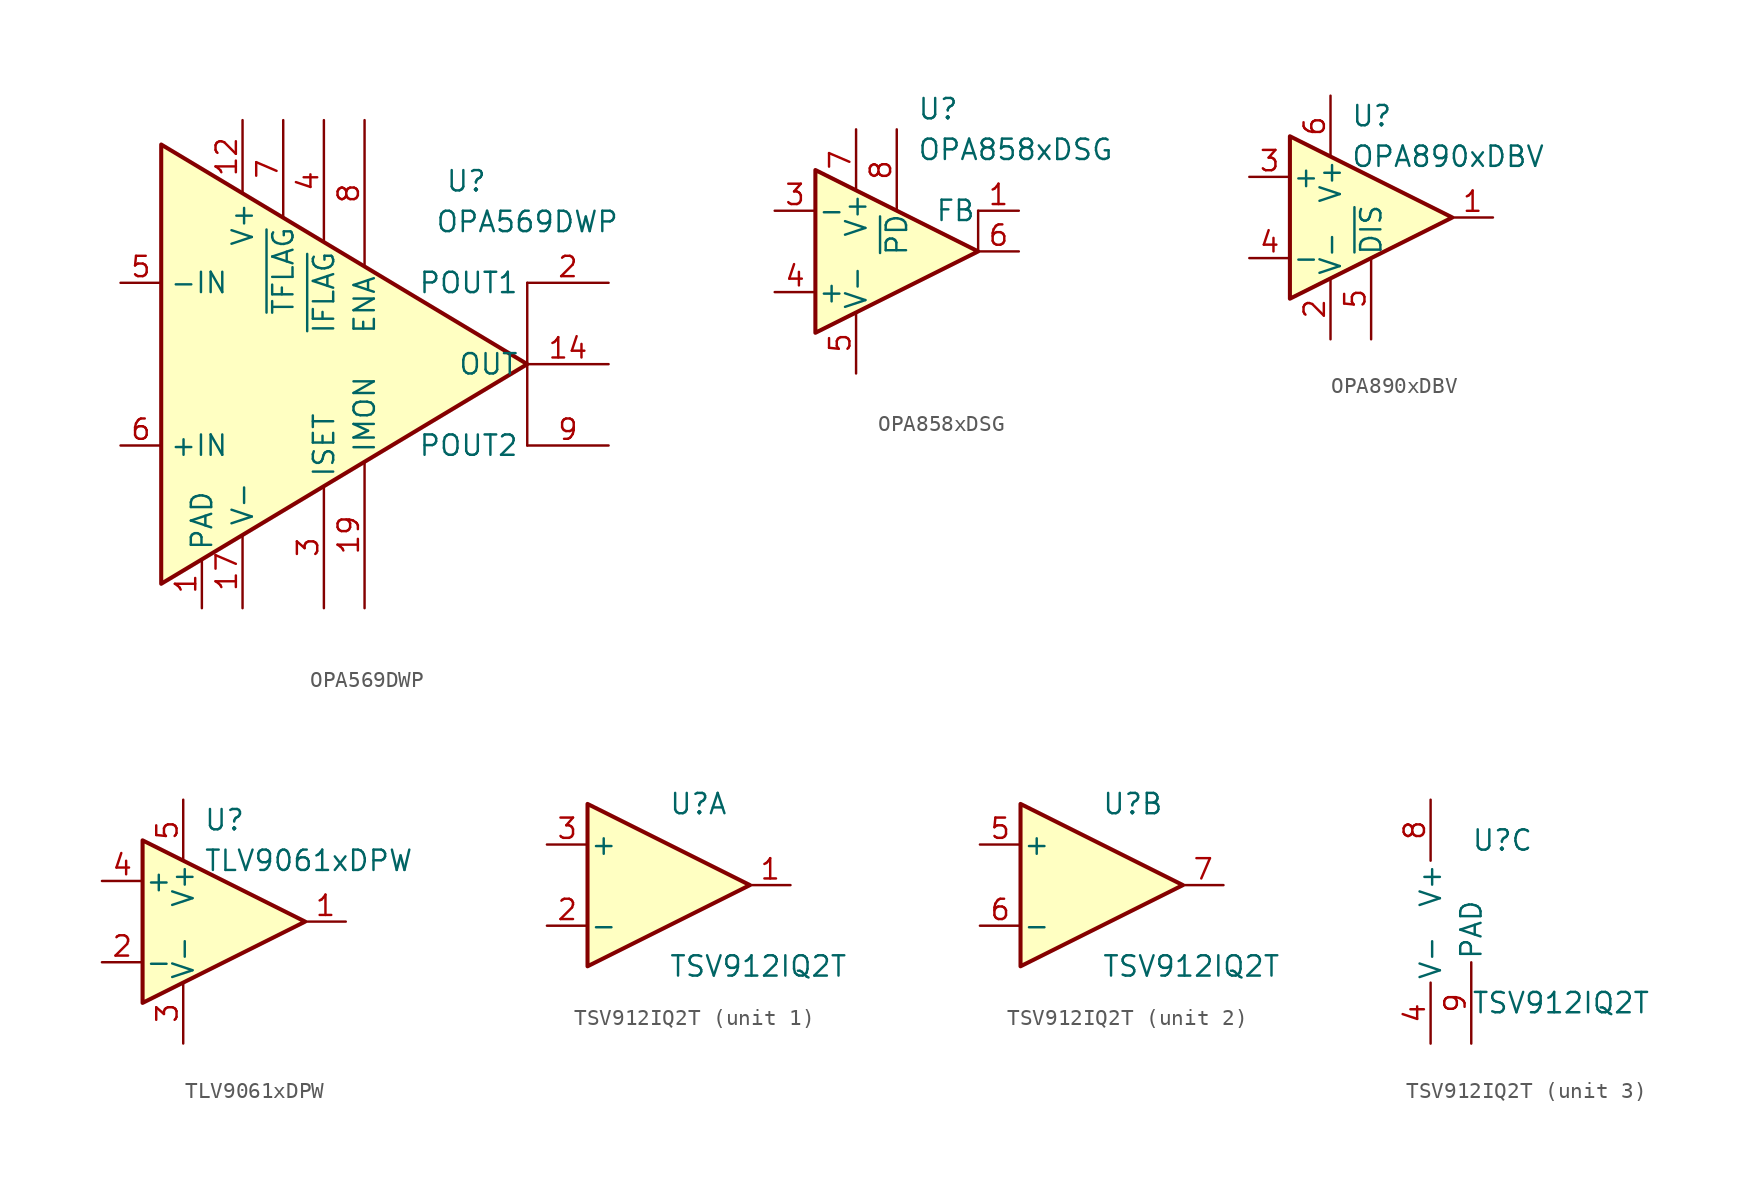
<source format=kicad_sym>
(kicad_symbol_lib
  (version 20241209)
  (generator "kicad_symbol_editor")
  (generator_version "9.0")
  (symbol "OPA569DWP"
    (property "Reference" "U"
      (at 6.35 11.43 0)
      (effects (font (size 1.27 1.27))))
    (property "Value" "OPA569DWP"
      (at 10.16 8.89 0)
      (effects (font (size 1.27 1.27))))
    (symbol "OPA569DWP_0_0"
      (pin no_connect line (at -12.7 0 0) (length 2.54) (hide yes) (name "NC" (effects (font (size 1.27 1.27)))) (number "16" (effects (font (size 1.27 1.27)))))
      (pin passive line (at -10.16 -15.24 90) (length 3.048) (hide yes) (name "PAD" (effects (font (size 1.27 1.27)))) (number "21" (effects (font (size 1.27 1.27))))))
    (symbol "OPA569DWP_0_1"
      (polyline (pts (xy 10.16 5.08) (xy 10.16 -5.08)) (stroke (width 0.152) (type default)) (fill (type none)))
      (polyline (pts (xy 10.16 0) (xy -12.7 -13.716) (xy -12.7 13.716) (xy 10.16 0)) (stroke (width 0.254) (type default)) (fill (type background))))
    (symbol "OPA569DWP_1_1"
      (pin input line (at -15.24 5.08 0) (length 2.54) (name "-IN" (effects (font (size 1.27 1.27)))) (number "5" (effects (font (size 1.27 1.27)))))
      (pin input line (at -15.24 -5.08 0) (length 2.54) (name "+IN" (effects (font (size 1.27 1.27)))) (number "6" (effects (font (size 1.27 1.27)))))
      (pin power_in line (at -10.16 -15.24 90) (length 3.048) (name "PAD" (effects (font (size 1.27 1.27)))) (number "1" (effects (font (size 1.27 1.27)))))
      (pin passive line (at -10.16 -15.24 90) (length 3.048) (hide yes) (name "PAD" (effects (font (size 1.27 1.27)))) (number "10" (effects (font (size 1.27 1.27)))))
      (pin passive line (at -10.16 -15.24 90) (length 3.048) (hide yes) (name "PAD" (effects (font (size 1.27 1.27)))) (number "11" (effects (font (size 1.27 1.27)))))
      (pin passive line (at -10.16 -15.24 90) (length 3.048) (hide yes) (name "PAD" (effects (font (size 1.27 1.27)))) (number "20" (effects (font (size 1.27 1.27)))))
      (pin power_in line (at -7.62 15.24 270) (length 4.572) (name "V+" (effects (font (size 1.27 1.27)))) (number "12" (effects (font (size 1.27 1.27)))))
      (pin passive line (at -7.62 15.24 270) (length 4.572) (hide yes) (name "V+" (effects (font (size 1.27 1.27)))) (number "13" (effects (font (size 1.27 1.27)))))
      (pin power_in line (at -7.62 -15.24 90) (length 4.572) (name "V-" (effects (font (size 1.27 1.27)))) (number "17" (effects (font (size 1.27 1.27)))))
      (pin passive line (at -7.62 -15.24 90) (length 4.572) (hide yes) (name "V-" (effects (font (size 1.27 1.27)))) (number "18" (effects (font (size 1.27 1.27)))))
      (pin output line (at -5.08 15.24 270) (length 6.096) (name "~{TFLAG}" (effects (font (size 1.27 1.27)))) (number "7" (effects (font (size 1.27 1.27)))))
      (pin output line (at -2.54 15.24 270) (length 7.62) (name "~{IFLAG}" (effects (font (size 1.27 1.27)))) (number "4" (effects (font (size 1.27 1.27)))))
      (pin output line (at -2.54 -15.24 90) (length 7.62) (name "ISET" (effects (font (size 1.27 1.27)))) (number "3" (effects (font (size 1.27 1.27)))))
      (pin input line (at 0 15.24 270) (length 9.144) (name "ENA" (effects (font (size 1.27 1.27)))) (number "8" (effects (font (size 1.27 1.27)))))
      (pin output line (at 0 -15.24 90) (length 9.144) (name "IMON" (effects (font (size 1.27 1.27)))) (number "19" (effects (font (size 1.27 1.27)))))
      (pin output line (at 15.24 5.08 180) (length 5.08) (name "POUT1" (effects (font (size 1.27 1.27)))) (number "2" (effects (font (size 1.27 1.27)))))
      (pin output line (at 15.24 0 180) (length 5.08) (name "OUT" (effects (font (size 1.27 1.27)))) (number "14" (effects (font (size 1.27 1.27)))))
      (pin passive line (at 15.24 0 180) (length 5.08) (hide yes) (name "OUT" (effects (font (size 1.27 1.27)))) (number "15" (effects (font (size 1.27 1.27)))))
      (pin output line (at 15.24 -5.08 180) (length 5.08) (name "POUT2" (effects (font (size 1.27 1.27)))) (number "9" (effects (font (size 1.27 1.27)))))))
  (symbol "OPA858xDSG"
    (pin_names
      (offset 0.127))
    (property "Reference" "U"
      (at 1.27 8.89 0)
      (effects (font (size 1.27 1.27)) (justify left)))
    (property "Value" "OPA858xDSG"
      (at 1.27 6.35 0)
      (effects (font (size 1.27 1.27)) (justify left)))
    (symbol "OPA858xDSG_0_0"
      (pin power_in line (at -2.54 7.62 270) (length 3.81) (name "V+" (effects (font (size 1.27 1.27)))) (number "7" (effects (font (size 1.27 1.27)))))
      (pin passive line (at -2.54 -7.62 90) (length 3.81) (hide yes) (name "V-" (effects (font (size 1.27 1.27)))) (number "9" (effects (font (size 1.27 1.27)))))
      (pin input line (at 0 7.62 270) (length 5.08) (name "~{PD}" (effects (font (size 1.27 1.27)))) (number "8" (effects (font (size 1.27 1.27))))))
    (symbol "OPA858xDSG_0_1"
      (polyline (pts (xy -5.08 5.08) (xy 5.08 0) (xy -5.08 -5.08) (xy -5.08 5.08)) (stroke (width 0.254) (type default)) (fill (type background)))
      (polyline (pts (xy 5.08 0) (xy 5.08 2.54)) (stroke (width 0.152) (type default)) (fill (type none)))
      (pin no_connect line (at -5.08 -5.08 90) (length 3.81) (hide yes) (name "NC" (effects (font (size 1.27 1.27)))) (number "2" (effects (font (size 1.27 1.27)))))
      (pin output line (at 7.62 0 180) (length 2.54) (name "~" (effects (font (size 1.27 1.27)))) (number "6" (effects (font (size 1.27 1.27))))))
    (symbol "OPA858xDSG_1_1"
      (pin input line (at -7.62 2.54 0) (length 2.54) (name "-" (effects (font (size 1.27 1.27)))) (number "3" (effects (font (size 1.27 1.27)))))
      (pin input line (at -7.62 -2.54 0) (length 2.54) (name "+" (effects (font (size 1.27 1.27)))) (number "4" (effects (font (size 1.27 1.27)))))
      (pin power_in line (at -2.54 -7.62 90) (length 3.81) (name "V-" (effects (font (size 1.27 1.27)))) (number "5" (effects (font (size 1.27 1.27)))))
      (pin output line (at 7.62 2.54 180) (length 2.54) (name "FB" (effects (font (size 1.27 1.27)))) (number "1" (effects (font (size 1.27 1.27)))))))
  (symbol "OPA890xDBV"
    (pin_names
      (offset 0.127))
    (property "Reference" "U"
      (at -1.27 6.35 0)
      (effects (font (size 1.27 1.27)) (justify left)))
    (property "Value" "OPA890xDBV"
      (at -1.27 3.81 0)
      (effects (font (size 1.27 1.27)) (justify left)))
    (symbol "OPA890xDBV_0_1"
      (polyline (pts (xy -5.08 5.08) (xy 5.08 0) (xy -5.08 -5.08) (xy -5.08 5.08)) (stroke (width 0.254) (type default)) (fill (type background)))
      (pin power_in line (at -2.54 7.62 270) (length 3.81) (name "V+" (effects (font (size 1.27 1.27)))) (number "6" (effects (font (size 1.27 1.27)))))
      (pin power_in line (at -2.54 -7.62 90) (length 3.81) (name "V-" (effects (font (size 1.27 1.27)))) (number "2" (effects (font (size 1.27 1.27))))))
    (symbol "OPA890xDBV_1_1"
      (pin input line (at -7.62 2.54 0) (length 2.54) (name "+" (effects (font (size 1.27 1.27)))) (number "3" (effects (font (size 1.27 1.27)))))
      (pin input line (at -7.62 -2.54 0) (length 2.54) (name "-" (effects (font (size 1.27 1.27)))) (number "4" (effects (font (size 1.27 1.27)))))
      (pin input line (at 0 -7.62 90) (length 5.08) (name "~{DIS}" (effects (font (size 1.27 1.27)))) (number "5" (effects (font (size 1.27 1.27)))))
      (pin output line (at 7.62 0 180) (length 2.54) (name "~" (effects (font (size 1.27 1.27)))) (number "1" (effects (font (size 1.27 1.27)))))))
  (symbol "TLV9061xDPW"
    (pin_names
      (offset 0.127))
    (property "Reference" "U"
      (at -1.27 6.35 0)
      (effects (font (size 1.27 1.27)) (justify left)))
    (property "Value" "TLV9061xDPW"
      (at -1.27 3.81 0)
      (effects (font (size 1.27 1.27)) (justify left)))
    (symbol "TLV9061xDPW_0_1"
      (polyline (pts (xy -5.08 5.08) (xy 5.08 0) (xy -5.08 -5.08) (xy -5.08 5.08)) (stroke (width 0.254) (type default)) (fill (type background)))
      (pin power_in line (at -2.54 7.62 270) (length 3.81) (name "V+" (effects (font (size 1.27 1.27)))) (number "5" (effects (font (size 1.27 1.27)))))
      (pin power_in line (at -2.54 -7.62 90) (length 3.81) (name "V-" (effects (font (size 1.27 1.27)))) (number "3" (effects (font (size 1.27 1.27))))))
    (symbol "TLV9061xDPW_1_1"
      (pin input line (at -7.62 2.54 0) (length 2.54) (name "+" (effects (font (size 1.27 1.27)))) (number "4" (effects (font (size 1.27 1.27)))))
      (pin input line (at -7.62 -2.54 0) (length 2.54) (name "-" (effects (font (size 1.27 1.27)))) (number "2" (effects (font (size 1.27 1.27)))))
      (pin output line (at 7.62 0 180) (length 2.54) (name "~" (effects (font (size 1.27 1.27)))) (number "1" (effects (font (size 1.27 1.27)))))))
  (symbol "TSV912IQ2T"
    (pin_names
      (offset 0.127))
    (property "Reference" "U"
      (at 0 5.08 0)
      (effects (font (size 1.27 1.27)) (justify left)))
    (property "Value" "TSV912IQ2T"
      (at 0 -5.08 0)
      (effects (font (size 1.27 1.27)) (justify left)))
    (property "ki_locked" ""
      (at 0 0 0)
      (effects (font (size 1.27 1.27))))
    (symbol "TSV912IQ2T_1_1"
      (polyline (pts (xy -5.08 5.08) (xy 5.08 0) (xy -5.08 -5.08) (xy -5.08 5.08)) (stroke (width 0.254) (type default)) (fill (type background)))
      (pin input line (at -7.62 2.54 0) (length 2.54) (name "+" (effects (font (size 1.27 1.27)))) (number "3" (effects (font (size 1.27 1.27)))))
      (pin input line (at -7.62 -2.54 0) (length 2.54) (name "-" (effects (font (size 1.27 1.27)))) (number "2" (effects (font (size 1.27 1.27)))))
      (pin output line (at 7.62 0 180) (length 2.54) (name "~" (effects (font (size 1.27 1.27)))) (number "1" (effects (font (size 1.27 1.27))))))
    (symbol "TSV912IQ2T_2_1"
      (polyline (pts (xy -5.08 5.08) (xy 5.08 0) (xy -5.08 -5.08) (xy -5.08 5.08)) (stroke (width 0.254) (type default)) (fill (type background)))
      (pin input line (at -7.62 2.54 0) (length 2.54) (name "+" (effects (font (size 1.27 1.27)))) (number "5" (effects (font (size 1.27 1.27)))))
      (pin input line (at -7.62 -2.54 0) (length 2.54) (name "-" (effects (font (size 1.27 1.27)))) (number "6" (effects (font (size 1.27 1.27)))))
      (pin output line (at 7.62 0 180) (length 2.54) (name "~" (effects (font (size 1.27 1.27)))) (number "7" (effects (font (size 1.27 1.27))))))
    (symbol "TSV912IQ2T_3_1"
      (pin power_in line (at -2.54 7.62 270) (length 3.81) (name "V+" (effects (font (size 1.27 1.27)))) (number "8" (effects (font (size 1.27 1.27)))))
      (pin power_in line (at -2.54 -7.62 90) (length 3.81) (name "V-" (effects (font (size 1.27 1.27)))) (number "4" (effects (font (size 1.27 1.27)))))
      (pin power_in line (at 0 -7.62 90) (length 5.08) (name "PAD" (effects (font (size 1.27 1.27)))) (number "9" (effects (font (size 1.27 1.27))))))))
</source>
